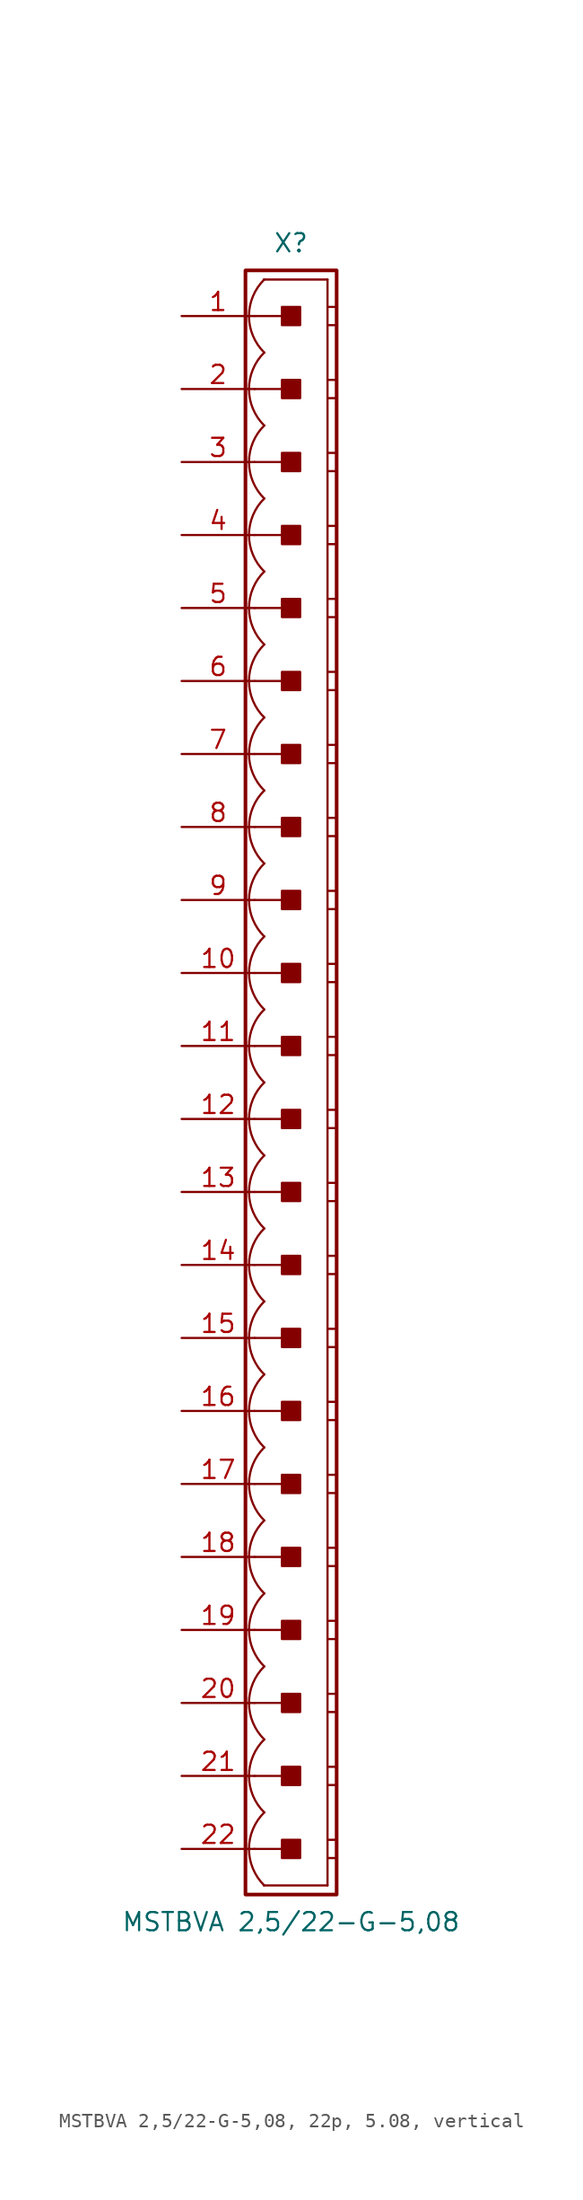
<source format=kicad_sym>
(kicad_symbol_lib
  (version 20241209)
  (generator "kicad_symbol_editor")
  (generator_version "9.0")
  (symbol "MSTBVA 2,5/22-G-5,08, 22p, 5.08, vertical"
    (pin_names
      (offset 1.016)
      (hide yes))
    (property "Reference" "X"
      (at 0 58.42 0)
      (effects (font (size 1.27 1.27))))
    (property "Value" "MSTBVA 2,5/22-G-5,08"
      (at 0 -58.42 0)
      (effects (font (size 1.27 1.27))))
    (property "Label" ""
      (at 0 0 0)
      (effects (font (size 1.27 1.27) (thickness 0.254) (bold yes))))
    (symbol "MSTBVA 2,5/22-G-5,08, 22p, 5.08, vertical_0_1"
      (polyline (pts (xy 2.54 55.88) (xy -1.905 55.88)) (stroke (width 0.152) (type default)) (fill (type none)))
      (polyline (pts (xy 2.54 55.88) (xy 2.54 -55.88)) (stroke (width 0.152) (type default)) (fill (type none)))
      (polyline (pts (xy 2.54 53.975) (xy 3.175 53.975)) (stroke (width 0.152) (type default)) (fill (type none)))
      (polyline (pts (xy 2.54 52.705) (xy 3.175 52.705)) (stroke (width 0.152) (type default)) (fill (type none)))
      (polyline (pts (xy 2.54 48.895) (xy 3.175 48.895)) (stroke (width 0.152) (type default)) (fill (type none)))
      (polyline (pts (xy 2.54 47.625) (xy 3.175 47.625)) (stroke (width 0.152) (type default)) (fill (type none)))
      (polyline (pts (xy 2.54 43.815) (xy 3.175 43.815)) (stroke (width 0.152) (type default)) (fill (type none)))
      (polyline (pts (xy 2.54 42.545) (xy 3.175 42.545)) (stroke (width 0.152) (type default)) (fill (type none)))
      (polyline (pts (xy 2.54 38.735) (xy 3.175 38.735)) (stroke (width 0.152) (type default)) (fill (type none)))
      (polyline (pts (xy 2.54 37.465) (xy 3.175 37.465)) (stroke (width 0.152) (type default)) (fill (type none)))
      (polyline (pts (xy 2.54 33.655) (xy 3.175 33.655)) (stroke (width 0.152) (type default)) (fill (type none)))
      (polyline (pts (xy 2.54 32.385) (xy 3.175 32.385)) (stroke (width 0.152) (type default)) (fill (type none)))
      (polyline (pts (xy 2.54 28.575) (xy 3.175 28.575)) (stroke (width 0.152) (type default)) (fill (type none)))
      (polyline (pts (xy 2.54 27.305) (xy 3.175 27.305)) (stroke (width 0.152) (type default)) (fill (type none)))
      (polyline (pts (xy 2.54 23.495) (xy 3.175 23.495)) (stroke (width 0.152) (type default)) (fill (type none)))
      (polyline (pts (xy 2.54 22.225) (xy 3.175 22.225)) (stroke (width 0.152) (type default)) (fill (type none)))
      (polyline (pts (xy 2.54 18.415) (xy 3.175 18.415)) (stroke (width 0.152) (type default)) (fill (type none)))
      (polyline (pts (xy 2.54 17.145) (xy 3.175 17.145)) (stroke (width 0.152) (type default)) (fill (type none)))
      (polyline (pts (xy 2.54 13.335) (xy 3.175 13.335)) (stroke (width 0.152) (type default)) (fill (type none)))
      (polyline (pts (xy 2.54 12.065) (xy 3.175 12.065)) (stroke (width 0.152) (type default)) (fill (type none)))
      (polyline (pts (xy 2.54 8.255) (xy 3.175 8.255)) (stroke (width 0.152) (type default)) (fill (type none)))
      (polyline (pts (xy 2.54 6.985) (xy 3.175 6.985)) (stroke (width 0.152) (type default)) (fill (type none)))
      (polyline (pts (xy 2.54 3.175) (xy 3.175 3.175)) (stroke (width 0.152) (type default)) (fill (type none)))
      (polyline (pts (xy 2.54 1.905) (xy 3.175 1.905)) (stroke (width 0.152) (type default)) (fill (type none)))
      (polyline (pts (xy 2.54 -1.905) (xy 3.175 -1.905)) (stroke (width 0.152) (type default)) (fill (type none)))
      (polyline (pts (xy 2.54 -3.175) (xy 3.175 -3.175)) (stroke (width 0.152) (type default)) (fill (type none)))
      (polyline (pts (xy 2.54 -6.985) (xy 3.175 -6.985)) (stroke (width 0.152) (type default)) (fill (type none)))
      (polyline (pts (xy 2.54 -8.255) (xy 3.175 -8.255)) (stroke (width 0.152) (type default)) (fill (type none)))
      (polyline (pts (xy 2.54 -12.065) (xy 3.175 -12.065)) (stroke (width 0.152) (type default)) (fill (type none)))
      (polyline (pts (xy 2.54 -13.335) (xy 3.175 -13.335)) (stroke (width 0.152) (type default)) (fill (type none)))
      (polyline (pts (xy 2.54 -17.145) (xy 3.175 -17.145)) (stroke (width 0.152) (type default)) (fill (type none)))
      (polyline (pts (xy 2.54 -18.415) (xy 3.175 -18.415)) (stroke (width 0.152) (type default)) (fill (type none)))
      (polyline (pts (xy 2.54 -22.225) (xy 3.175 -22.225)) (stroke (width 0.152) (type default)) (fill (type none)))
      (polyline (pts (xy 2.54 -23.495) (xy 3.175 -23.495)) (stroke (width 0.152) (type default)) (fill (type none)))
      (polyline (pts (xy 2.54 -27.305) (xy 3.175 -27.305)) (stroke (width 0.152) (type default)) (fill (type none)))
      (polyline (pts (xy 2.54 -28.575) (xy 3.175 -28.575)) (stroke (width 0.152) (type default)) (fill (type none)))
      (polyline (pts (xy 2.54 -32.385) (xy 3.175 -32.385)) (stroke (width 0.152) (type default)) (fill (type none)))
      (polyline (pts (xy 2.54 -33.655) (xy 3.175 -33.655)) (stroke (width 0.152) (type default)) (fill (type none)))
      (polyline (pts (xy 2.54 -37.465) (xy 3.175 -37.465)) (stroke (width 0.152) (type default)) (fill (type none)))
      (polyline (pts (xy 2.54 -38.735) (xy 3.175 -38.735)) (stroke (width 0.152) (type default)) (fill (type none)))
      (polyline (pts (xy 2.54 -42.545) (xy 3.175 -42.545)) (stroke (width 0.152) (type default)) (fill (type none)))
      (polyline (pts (xy 2.54 -43.815) (xy 3.175 -43.815)) (stroke (width 0.152) (type default)) (fill (type none)))
      (polyline (pts (xy 2.54 -47.625) (xy 3.175 -47.625)) (stroke (width 0.152) (type default)) (fill (type none)))
      (polyline (pts (xy 2.54 -48.895) (xy 3.175 -48.895)) (stroke (width 0.152) (type default)) (fill (type none)))
      (polyline (pts (xy 2.54 -52.705) (xy 3.175 -52.705)) (stroke (width 0.152) (type default)) (fill (type none)))
      (polyline (pts (xy 2.54 -53.975) (xy 3.175 -53.975)) (stroke (width 0.152) (type default)) (fill (type none)))
      (polyline (pts (xy 2.54 -55.88) (xy -1.905 -55.88)) (stroke (width 0.152) (type default)) (fill (type none))))
    (symbol "MSTBVA 2,5/22-G-5,08, 22p, 5.08, vertical_1_0"
      (polyline (pts (xy -2.54 53.34) (xy 0 53.34)) (stroke (width 0.152) (type default)) (fill (type none)))
      (polyline (pts (xy -2.54 48.26) (xy 0 48.26)) (stroke (width 0.152) (type default)) (fill (type none)))
      (polyline (pts (xy -2.54 43.18) (xy 0 43.18)) (stroke (width 0.152) (type default)) (fill (type none)))
      (polyline (pts (xy -2.54 38.1) (xy 0 38.1)) (stroke (width 0.152) (type default)) (fill (type none)))
      (polyline (pts (xy -2.54 33.02) (xy 0 33.02)) (stroke (width 0.152) (type default)) (fill (type none)))
      (polyline (pts (xy -2.54 27.94) (xy 0 27.94)) (stroke (width 0.152) (type default)) (fill (type none)))
      (polyline (pts (xy -2.54 22.86) (xy 0 22.86)) (stroke (width 0.152) (type default)) (fill (type none)))
      (polyline (pts (xy -2.54 17.78) (xy 0 17.78)) (stroke (width 0.152) (type default)) (fill (type none)))
      (polyline (pts (xy -2.54 12.7) (xy 0 12.7)) (stroke (width 0.152) (type default)) (fill (type none)))
      (polyline (pts (xy -2.54 7.62) (xy 0 7.62)) (stroke (width 0.152) (type default)) (fill (type none)))
      (polyline (pts (xy -2.54 2.54) (xy 0 2.54)) (stroke (width 0.152) (type default)) (fill (type none)))
      (polyline (pts (xy -2.54 -2.54) (xy 0 -2.54)) (stroke (width 0.152) (type default)) (fill (type none)))
      (polyline (pts (xy -2.54 -7.62) (xy 0 -7.62)) (stroke (width 0.152) (type default)) (fill (type none)))
      (polyline (pts (xy -2.54 -12.7) (xy 0 -12.7)) (stroke (width 0.152) (type default)) (fill (type none)))
      (polyline (pts (xy -2.54 -17.78) (xy 0 -17.78)) (stroke (width 0.152) (type default)) (fill (type none)))
      (polyline (pts (xy -2.54 -22.86) (xy 0 -22.86)) (stroke (width 0.152) (type default)) (fill (type none)))
      (polyline (pts (xy -2.54 -27.94) (xy 0 -27.94)) (stroke (width 0.152) (type default)) (fill (type none)))
      (polyline (pts (xy -2.54 -33.02) (xy 0 -33.02)) (stroke (width 0.152) (type default)) (fill (type none)))
      (polyline (pts (xy -2.54 -38.1) (xy 0 -38.1)) (stroke (width 0.152) (type default)) (fill (type none)))
      (polyline (pts (xy -2.54 -43.18) (xy 0 -43.18)) (stroke (width 0.152) (type default)) (fill (type none)))
      (polyline (pts (xy -2.54 -48.26) (xy 0 -48.26)) (stroke (width 0.152) (type default)) (fill (type none)))
      (polyline (pts (xy -2.54 -53.34) (xy 0 -53.34)) (stroke (width 0.152) (type default)) (fill (type none))))
    (symbol "MSTBVA 2,5/22-G-5,08, 22p, 5.08, vertical_1_1"
      (rectangle (start -3.175 56.515) (end 3.175 -56.515) (stroke (width 0.254) (type default)) (fill (type none)))
      (rectangle (start -0.635 52.705) (end 0.635 53.975) (stroke (width 0.152) (type default)) (fill (type outline)))
      (rectangle (start -0.635 47.625) (end 0.635 48.895) (stroke (width 0.152) (type default)) (fill (type outline)))
      (rectangle (start -0.635 42.545) (end 0.635 43.815) (stroke (width 0.152) (type default)) (fill (type outline)))
      (rectangle (start -0.635 37.465) (end 0.635 38.735) (stroke (width 0.152) (type default)) (fill (type outline)))
      (rectangle (start -0.635 32.385) (end 0.635 33.655) (stroke (width 0.152) (type default)) (fill (type outline)))
      (rectangle (start -0.635 27.305) (end 0.635 28.575) (stroke (width 0.152) (type default)) (fill (type outline)))
      (rectangle (start -0.635 22.225) (end 0.635 23.495) (stroke (width 0.152) (type default)) (fill (type outline)))
      (rectangle (start -0.635 17.145) (end 0.635 18.415) (stroke (width 0.152) (type default)) (fill (type outline)))
      (rectangle (start -0.635 12.065) (end 0.635 13.335) (stroke (width 0.152) (type default)) (fill (type outline)))
      (rectangle (start -0.635 6.985) (end 0.635 8.255) (stroke (width 0.152) (type default)) (fill (type outline)))
      (rectangle (start -0.635 1.905) (end 0.635 3.175) (stroke (width 0.152) (type default)) (fill (type outline)))
      (rectangle (start -0.635 -3.175) (end 0.635 -1.905) (stroke (width 0.152) (type default)) (fill (type outline)))
      (rectangle (start -0.635 -8.255) (end 0.635 -6.985) (stroke (width 0.152) (type default)) (fill (type outline)))
      (rectangle (start -0.635 -13.335) (end 0.635 -12.065) (stroke (width 0.152) (type default)) (fill (type outline)))
      (rectangle (start -0.635 -18.415) (end 0.635 -17.145) (stroke (width 0.152) (type default)) (fill (type outline)))
      (rectangle (start -0.635 -23.495) (end 0.635 -22.225) (stroke (width 0.152) (type default)) (fill (type outline)))
      (rectangle (start -0.635 -28.575) (end 0.635 -27.305) (stroke (width 0.152) (type default)) (fill (type outline)))
      (rectangle (start -0.635 -33.655) (end 0.635 -32.385) (stroke (width 0.152) (type default)) (fill (type outline)))
      (rectangle (start -0.635 -38.735) (end 0.635 -37.465) (stroke (width 0.152) (type default)) (fill (type outline)))
      (rectangle (start -0.635 -43.815) (end 0.635 -42.545) (stroke (width 0.152) (type default)) (fill (type outline)))
      (rectangle (start -0.635 -48.895) (end 0.635 -47.625) (stroke (width 0.152) (type default)) (fill (type outline)))
      (rectangle (start -0.635 -53.975) (end 0.635 -52.705) (stroke (width 0.152) (type default)) (fill (type outline)))
      (arc (start -1.8664 50.8) (mid -2.9299 53.34) (end -1.8664 55.88) (stroke (width 0.1524) (type default)) (fill (type none)))
      (arc (start -1.8664 45.72) (mid -2.9299 48.26) (end -1.8664 50.8) (stroke (width 0.1524) (type default)) (fill (type none)))
      (arc (start -1.8664 40.64) (mid -2.9299 43.18) (end -1.8664 45.72) (stroke (width 0.1524) (type default)) (fill (type none)))
      (arc (start -1.8664 35.56) (mid -2.9299 38.1) (end -1.8664 40.64) (stroke (width 0.1524) (type default)) (fill (type none)))
      (arc (start -1.8664 30.48) (mid -2.9299 33.02) (end -1.8664 35.56) (stroke (width 0.1524) (type default)) (fill (type none)))
      (arc (start -1.8664 25.4) (mid -2.9299 27.94) (end -1.8664 30.48) (stroke (width 0.1524) (type default)) (fill (type none)))
      (arc (start -1.8664 20.32) (mid -2.9299 22.86) (end -1.8664 25.4) (stroke (width 0.1524) (type default)) (fill (type none)))
      (arc (start -1.8664 15.24) (mid -2.9299 17.78) (end -1.8664 20.32) (stroke (width 0.1524) (type default)) (fill (type none)))
      (arc (start -1.8664 10.16) (mid -2.9299 12.7) (end -1.8664 15.24) (stroke (width 0.1524) (type default)) (fill (type none)))
      (arc (start -1.8664 5.08) (mid -2.9299 7.62) (end -1.8664 10.16) (stroke (width 0.1524) (type default)) (fill (type none)))
      (arc (start -1.8664 0) (mid -2.9299 2.54) (end -1.8664 5.08) (stroke (width 0.1524) (type default)) (fill (type none)))
      (arc (start -1.8664 -5.08) (mid -2.9299 -2.54) (end -1.8664 0) (stroke (width 0.1524) (type default)) (fill (type none)))
      (arc (start -1.8664 -10.16) (mid -2.9299 -7.62) (end -1.8664 -5.08) (stroke (width 0.1524) (type default)) (fill (type none)))
      (arc (start -1.8664 -15.24) (mid -2.9299 -12.7) (end -1.8664 -10.16) (stroke (width 0.1524) (type default)) (fill (type none)))
      (arc (start -1.8664 -20.32) (mid -2.9299 -17.78) (end -1.8664 -15.24) (stroke (width 0.1524) (type default)) (fill (type none)))
      (arc (start -1.8664 -25.4) (mid -2.9299 -22.86) (end -1.8664 -20.32) (stroke (width 0.1524) (type default)) (fill (type none)))
      (arc (start -1.8664 -30.48) (mid -2.9299 -27.94) (end -1.8664 -25.4) (stroke (width 0.1524) (type default)) (fill (type none)))
      (arc (start -1.8664 -35.56) (mid -2.9299 -33.02) (end -1.8664 -30.48) (stroke (width 0.1524) (type default)) (fill (type none)))
      (arc (start -1.8664 -40.64) (mid -2.9299 -38.1) (end -1.8664 -35.56) (stroke (width 0.1524) (type default)) (fill (type none)))
      (arc (start -1.8664 -45.72) (mid -2.9299 -43.18) (end -1.8664 -40.64) (stroke (width 0.1524) (type default)) (fill (type none)))
      (arc (start -1.8664 -50.8) (mid -2.9299 -48.26) (end -1.8664 -45.72) (stroke (width 0.1524) (type default)) (fill (type none)))
      (arc (start -1.8664 -55.88) (mid -2.9299 -53.34) (end -1.8664 -50.8) (stroke (width 0.1524) (type default)) (fill (type none)))
      (pin passive line (at -7.62 53.34 0) (length 5.08) (name "1" (effects (font (size 1.27 1.27)))) (number "1" (effects (font (size 1.27 1.27)))))
      (pin passive line (at -7.62 48.26 0) (length 5.08) (name "2" (effects (font (size 1.27 1.27)))) (number "2" (effects (font (size 1.27 1.27)))))
      (pin passive line (at -7.62 43.18 0) (length 5.08) (name "3" (effects (font (size 1.27 1.27)))) (number "3" (effects (font (size 1.27 1.27)))))
      (pin passive line (at -7.62 38.1 0) (length 5.08) (name "4" (effects (font (size 1.27 1.27)))) (number "4" (effects (font (size 1.27 1.27)))))
      (pin passive line (at -7.62 33.02 0) (length 5.08) (name "5" (effects (font (size 1.27 1.27)))) (number "5" (effects (font (size 1.27 1.27)))))
      (pin passive line (at -7.62 27.94 0) (length 5.08) (name "6" (effects (font (size 1.27 1.27)))) (number "6" (effects (font (size 1.27 1.27)))))
      (pin passive line (at -7.62 22.86 0) (length 5.08) (name "7" (effects (font (size 1.27 1.27)))) (number "7" (effects (font (size 1.27 1.27)))))
      (pin passive line (at -7.62 17.78 0) (length 5.08) (name "8" (effects (font (size 1.27 1.27)))) (number "8" (effects (font (size 1.27 1.27)))))
      (pin passive line (at -7.62 12.7 0) (length 5.08) (name "9" (effects (font (size 1.27 1.27)))) (number "9" (effects (font (size 1.27 1.27)))))
      (pin passive line (at -7.62 7.62 0) (length 5.08) (name "10" (effects (font (size 1.27 1.27)))) (number "10" (effects (font (size 1.27 1.27)))))
      (pin passive line (at -7.62 2.54 0) (length 5.08) (name "11" (effects (font (size 1.27 1.27)))) (number "11" (effects (font (size 1.27 1.27)))))
      (pin passive line (at -7.62 -2.54 0) (length 5.08) (name "12" (effects (font (size 1.27 1.27)))) (number "12" (effects (font (size 1.27 1.27)))))
      (pin passive line (at -7.62 -7.62 0) (length 5.08) (name "13" (effects (font (size 1.27 1.27)))) (number "13" (effects (font (size 1.27 1.27)))))
      (pin passive line (at -7.62 -12.7 0) (length 5.08) (name "14" (effects (font (size 1.27 1.27)))) (number "14" (effects (font (size 1.27 1.27)))))
      (pin passive line (at -7.62 -17.78 0) (length 5.08) (name "15" (effects (font (size 1.27 1.27)))) (number "15" (effects (font (size 1.27 1.27)))))
      (pin passive line (at -7.62 -22.86 0) (length 5.08) (name "16" (effects (font (size 1.27 1.27)))) (number "16" (effects (font (size 1.27 1.27)))))
      (pin passive line (at -7.62 -27.94 0) (length 5.08) (name "17" (effects (font (size 1.27 1.27)))) (number "17" (effects (font (size 1.27 1.27)))))
      (pin passive line (at -7.62 -33.02 0) (length 5.08) (name "18" (effects (font (size 1.27 1.27)))) (number "18" (effects (font (size 1.27 1.27)))))
      (pin passive line (at -7.62 -38.1 0) (length 5.08) (name "19" (effects (font (size 1.27 1.27)))) (number "19" (effects (font (size 1.27 1.27)))))
      (pin passive line (at -7.62 -43.18 0) (length 5.08) (name "20" (effects (font (size 1.27 1.27)))) (number "20" (effects (font (size 1.27 1.27)))))
      (pin passive line (at -7.62 -48.26 0) (length 5.08) (name "21" (effects (font (size 1.27 1.27)))) (number "21" (effects (font (size 1.27 1.27)))))
      (pin passive line (at -7.62 -53.34 0) (length 5.08) (name "22" (effects (font (size 1.27 1.27)))) (number "22" (effects (font (size 1.27 1.27))))))))
</source>
